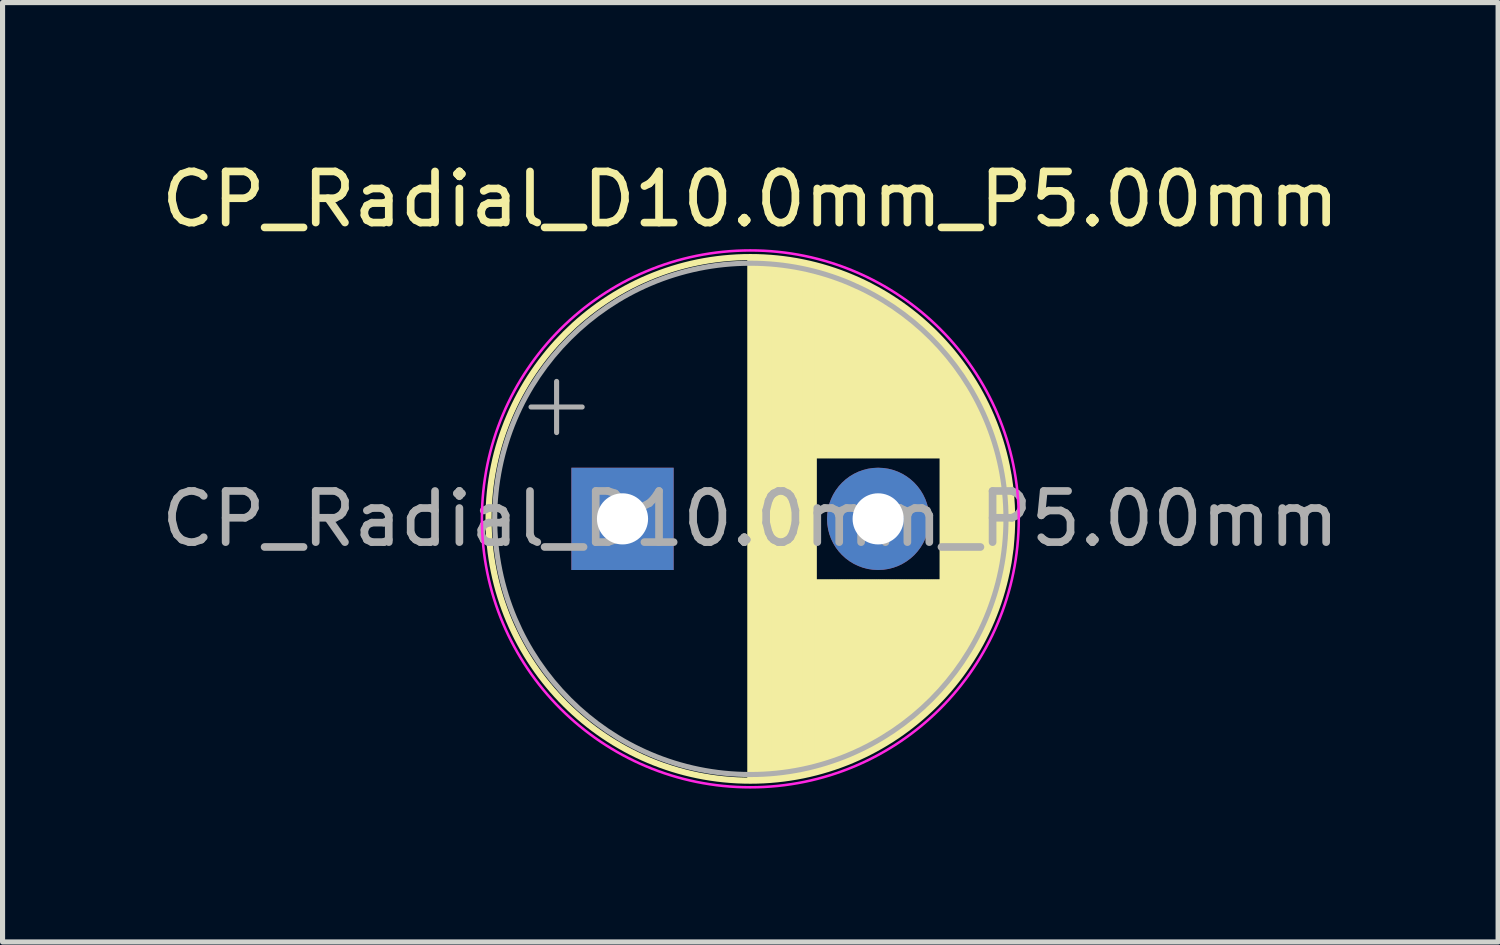
<source format=kicad_pcb>
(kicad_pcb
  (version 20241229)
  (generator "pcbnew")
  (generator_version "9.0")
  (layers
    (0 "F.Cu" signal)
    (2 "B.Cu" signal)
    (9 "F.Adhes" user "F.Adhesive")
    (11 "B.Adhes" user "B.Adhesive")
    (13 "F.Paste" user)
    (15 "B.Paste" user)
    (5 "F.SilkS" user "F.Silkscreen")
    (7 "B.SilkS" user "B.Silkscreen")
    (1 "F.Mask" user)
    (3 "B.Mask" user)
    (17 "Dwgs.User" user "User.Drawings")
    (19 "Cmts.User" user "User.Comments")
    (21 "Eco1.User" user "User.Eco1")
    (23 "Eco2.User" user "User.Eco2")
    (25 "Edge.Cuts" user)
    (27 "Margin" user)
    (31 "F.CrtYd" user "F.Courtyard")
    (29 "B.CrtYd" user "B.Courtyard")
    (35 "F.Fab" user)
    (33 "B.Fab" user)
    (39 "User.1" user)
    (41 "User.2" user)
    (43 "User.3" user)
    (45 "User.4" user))
  (footprint "CP_Radial_D10.0mm_P5.00mm"
    (layer "F.Cu")
    (at 9.125 7.098)
    (property "Reference" "CP_Radial_D10.0mm_P5.00mm" (at 2.5 -6.25 0) (layer "F.SilkS") (effects (font (size 1 1) (thickness 0.15))))
    (attr through_hole)
    (fp_line (start 2.5 -5.08) (end 2.5 5.08) (stroke (width 0.12) (type solid)) (layer "F.SilkS"))
    (fp_line (start 2.54 -5.08) (end 2.54 5.08) (stroke (width 0.12) (type solid)) (layer "F.SilkS"))
    (fp_line (start 2.58 -5.08) (end 2.58 5.08) (stroke (width 0.12) (type solid)) (layer "F.SilkS"))
    (fp_line (start 2.62 -5.079) (end 2.62 5.079) (stroke (width 0.12) (type solid)) (layer "F.SilkS"))
    (fp_line (start 2.66 -5.078) (end 2.66 5.078) (stroke (width 0.12) (type solid)) (layer "F.SilkS"))
    (fp_line (start 2.7 -5.077) (end 2.7 5.077) (stroke (width 0.12) (type solid)) (layer "F.SilkS"))
    (fp_line (start 2.74 -5.075) (end 2.74 5.075) (stroke (width 0.12) (type solid)) (layer "F.SilkS"))
    (fp_line (start 2.78 -5.073) (end 2.78 5.073) (stroke (width 0.12) (type solid)) (layer "F.SilkS"))
    (fp_line (start 2.82 -5.07) (end 2.82 5.07) (stroke (width 0.12) (type solid)) (layer "F.SilkS"))
    (fp_line (start 2.86 -5.068) (end 2.86 5.068) (stroke (width 0.12) (type solid)) (layer "F.SilkS"))
    (fp_line (start 2.9 -5.065) (end 2.9 5.065) (stroke (width 0.12) (type solid)) (layer "F.SilkS"))
    (fp_line (start 2.94 -5.062) (end 2.94 5.062) (stroke (width 0.12) (type solid)) (layer "F.SilkS"))
    (fp_line (start 2.98 -5.058) (end 2.98 5.058) (stroke (width 0.12) (type solid)) (layer "F.SilkS"))
    (fp_line (start 3.02 -5.054) (end 3.02 5.054) (stroke (width 0.12) (type solid)) (layer "F.SilkS"))
    (fp_line (start 3.06 -5.05) (end 3.06 5.05) (stroke (width 0.12) (type solid)) (layer "F.SilkS"))
    (fp_line (start 3.1 -5.045) (end 3.1 5.045) (stroke (width 0.12) (type solid)) (layer "F.SilkS"))
    (fp_line (start 3.14 -5.04) (end 3.14 5.04) (stroke (width 0.12) (type solid)) (layer "F.SilkS"))
    (fp_line (start 3.18 -5.035) (end 3.18 5.035) (stroke (width 0.12) (type solid)) (layer "F.SilkS"))
    (fp_line (start 3.221 -5.03) (end 3.221 5.03) (stroke (width 0.12) (type solid)) (layer "F.SilkS"))
    (fp_line (start 3.261 -5.024) (end 3.261 5.024) (stroke (width 0.12) (type solid)) (layer "F.SilkS"))
    (fp_line (start 3.301 -5.018) (end 3.301 5.018) (stroke (width 0.12) (type solid)) (layer "F.SilkS"))
    (fp_line (start 3.341 -5.011) (end 3.341 5.011) (stroke (width 0.12) (type solid)) (layer "F.SilkS"))
    (fp_line (start 3.381 -5.004) (end 3.381 5.004) (stroke (width 0.12) (type solid)) (layer "F.SilkS"))
    (fp_line (start 3.421 -4.997) (end 3.421 4.997) (stroke (width 0.12) (type solid)) (layer "F.SilkS"))
    (fp_line (start 3.461 -4.99) (end 3.461 4.99) (stroke (width 0.12) (type solid)) (layer "F.SilkS"))
    (fp_line (start 3.501 -4.982) (end 3.501 4.982) (stroke (width 0.12) (type solid)) (layer "F.SilkS"))
    (fp_line (start 3.541 -4.974) (end 3.541 4.974) (stroke (width 0.12) (type solid)) (layer "F.SilkS"))
    (fp_line (start 3.581 -4.965) (end 3.581 4.965) (stroke (width 0.12) (type solid)) (layer "F.SilkS"))
    (fp_line (start 3.621 -4.956) (end 3.621 4.956) (stroke (width 0.12) (type solid)) (layer "F.SilkS"))
    (fp_line (start 3.661 -4.947) (end 3.661 4.947) (stroke (width 0.12) (type solid)) (layer "F.SilkS"))
    (fp_line (start 3.701 -4.938) (end 3.701 4.938) (stroke (width 0.12) (type solid)) (layer "F.SilkS"))
    (fp_line (start 3.741 -4.928) (end 3.741 4.928) (stroke (width 0.12) (type solid)) (layer "F.SilkS"))
    (fp_line (start 3.781 -4.918) (end 3.781 -1.241) (stroke (width 0.12) (type solid)) (layer "F.SilkS"))
    (fp_line (start 3.781 1.241) (end 3.781 4.918) (stroke (width 0.12) (type solid)) (layer "F.SilkS"))
    (fp_line (start 3.821 -4.907) (end 3.821 -1.241) (stroke (width 0.12) (type solid)) (layer "F.SilkS"))
    (fp_line (start 3.821 1.241) (end 3.821 4.907) (stroke (width 0.12) (type solid)) (layer "F.SilkS"))
    (fp_line (start 3.861 -4.897) (end 3.861 -1.241) (stroke (width 0.12) (type solid)) (layer "F.SilkS"))
    (fp_line (start 3.861 1.241) (end 3.861 4.897) (stroke (width 0.12) (type solid)) (layer "F.SilkS"))
    (fp_line (start 3.901 -4.885) (end 3.901 -1.241) (stroke (width 0.12) (type solid)) (layer "F.SilkS"))
    (fp_line (start 3.901 1.241) (end 3.901 4.885) (stroke (width 0.12) (type solid)) (layer "F.SilkS"))
    (fp_line (start 3.941 -4.874) (end 3.941 -1.241) (stroke (width 0.12) (type solid)) (layer "F.SilkS"))
    (fp_line (start 3.941 1.241) (end 3.941 4.874) (stroke (width 0.12) (type solid)) (layer "F.SilkS"))
    (fp_line (start 3.981 -4.862) (end 3.981 -1.241) (stroke (width 0.12) (type solid)) (layer "F.SilkS"))
    (fp_line (start 3.981 1.241) (end 3.981 4.862) (stroke (width 0.12) (type solid)) (layer "F.SilkS"))
    (fp_line (start 4.021 -4.85) (end 4.021 -1.241) (stroke (width 0.12) (type solid)) (layer "F.SilkS"))
    (fp_line (start 4.021 1.241) (end 4.021 4.85) (stroke (width 0.12) (type solid)) (layer "F.SilkS"))
    (fp_line (start 4.061 -4.837) (end 4.061 -1.241) (stroke (width 0.12) (type solid)) (layer "F.SilkS"))
    (fp_line (start 4.061 1.241) (end 4.061 4.837) (stroke (width 0.12) (type solid)) (layer "F.SilkS"))
    (fp_line (start 4.101 -4.824) (end 4.101 -1.241) (stroke (width 0.12) (type solid)) (layer "F.SilkS"))
    (fp_line (start 4.101 1.241) (end 4.101 4.824) (stroke (width 0.12) (type solid)) (layer "F.SilkS"))
    (fp_line (start 4.141 -4.811) (end 4.141 -1.241) (stroke (width 0.12) (type solid)) (layer "F.SilkS"))
    (fp_line (start 4.141 1.241) (end 4.141 4.811) (stroke (width 0.12) (type solid)) (layer "F.SilkS"))
    (fp_line (start 4.181 -4.797) (end 4.181 -1.241) (stroke (width 0.12) (type solid)) (layer "F.SilkS"))
    (fp_line (start 4.181 1.241) (end 4.181 4.797) (stroke (width 0.12) (type solid)) (layer "F.SilkS"))
    (fp_line (start 4.221 -4.783) (end 4.221 -1.241) (stroke (width 0.12) (type solid)) (layer "F.SilkS"))
    (fp_line (start 4.221 1.241) (end 4.221 4.783) (stroke (width 0.12) (type solid)) (layer "F.SilkS"))
    (fp_line (start 4.261 -4.768) (end 4.261 -1.241) (stroke (width 0.12) (type solid)) (layer "F.SilkS"))
    (fp_line (start 4.261 1.241) (end 4.261 4.768) (stroke (width 0.12) (type solid)) (layer "F.SilkS"))
    (fp_line (start 4.301 -4.754) (end 4.301 -1.241) (stroke (width 0.12) (type solid)) (layer "F.SilkS"))
    (fp_line (start 4.301 1.241) (end 4.301 4.754) (stroke (width 0.12) (type solid)) (layer "F.SilkS"))
    (fp_line (start 4.341 -4.738) (end 4.341 -1.241) (stroke (width 0.12) (type solid)) (layer "F.SilkS"))
    (fp_line (start 4.341 1.241) (end 4.341 4.738) (stroke (width 0.12) (type solid)) (layer "F.SilkS"))
    (fp_line (start 4.381 -4.723) (end 4.381 -1.241) (stroke (width 0.12) (type solid)) (layer "F.SilkS"))
    (fp_line (start 4.381 1.241) (end 4.381 4.723) (stroke (width 0.12) (type solid)) (layer "F.SilkS"))
    (fp_line (start 4.421 -4.707) (end 4.421 -1.241) (stroke (width 0.12) (type solid)) (layer "F.SilkS"))
    (fp_line (start 4.421 1.241) (end 4.421 4.707) (stroke (width 0.12) (type solid)) (layer "F.SilkS"))
    (fp_line (start 4.461 -4.69) (end 4.461 -1.241) (stroke (width 0.12) (type solid)) (layer "F.SilkS"))
    (fp_line (start 4.461 1.241) (end 4.461 4.69) (stroke (width 0.12) (type solid)) (layer "F.SilkS"))
    (fp_line (start 4.501 -4.674) (end 4.501 -1.241) (stroke (width 0.12) (type solid)) (layer "F.SilkS"))
    (fp_line (start 4.501 1.241) (end 4.501 4.674) (stroke (width 0.12) (type solid)) (layer "F.SilkS"))
    (fp_line (start 4.541 -4.657) (end 4.541 -1.241) (stroke (width 0.12) (type solid)) (layer "F.SilkS"))
    (fp_line (start 4.541 1.241) (end 4.541 4.657) (stroke (width 0.12) (type solid)) (layer "F.SilkS"))
    (fp_line (start 4.581 -4.639) (end 4.581 -1.241) (stroke (width 0.12) (type solid)) (layer "F.SilkS"))
    (fp_line (start 4.581 1.241) (end 4.581 4.639) (stroke (width 0.12) (type solid)) (layer "F.SilkS"))
    (fp_line (start 4.621 -4.621) (end 4.621 -1.241) (stroke (width 0.12) (type solid)) (layer "F.SilkS"))
    (fp_line (start 4.621 1.241) (end 4.621 4.621) (stroke (width 0.12) (type solid)) (layer "F.SilkS"))
    (fp_line (start 4.661 -4.603) (end 4.661 -1.241) (stroke (width 0.12) (type solid)) (layer "F.SilkS"))
    (fp_line (start 4.661 1.241) (end 4.661 4.603) (stroke (width 0.12) (type solid)) (layer "F.SilkS"))
    (fp_line (start 4.701 -4.584) (end 4.701 -1.241) (stroke (width 0.12) (type solid)) (layer "F.SilkS"))
    (fp_line (start 4.701 1.241) (end 4.701 4.584) (stroke (width 0.12) (type solid)) (layer "F.SilkS"))
    (fp_line (start 4.741 -4.564) (end 4.741 -1.241) (stroke (width 0.12) (type solid)) (layer "F.SilkS"))
    (fp_line (start 4.741 1.241) (end 4.741 4.564) (stroke (width 0.12) (type solid)) (layer "F.SilkS"))
    (fp_line (start 4.781 -4.545) (end 4.781 -1.241) (stroke (width 0.12) (type solid)) (layer "F.SilkS"))
    (fp_line (start 4.781 1.241) (end 4.781 4.545) (stroke (width 0.12) (type solid)) (layer "F.SilkS"))
    (fp_line (start 4.821 -4.525) (end 4.821 -1.241) (stroke (width 0.12) (type solid)) (layer "F.SilkS"))
    (fp_line (start 4.821 1.241) (end 4.821 4.525) (stroke (width 0.12) (type solid)) (layer "F.SilkS"))
    (fp_line (start 4.861 -4.504) (end 4.861 -1.241) (stroke (width 0.12) (type solid)) (layer "F.SilkS"))
    (fp_line (start 4.861 1.241) (end 4.861 4.504) (stroke (width 0.12) (type solid)) (layer "F.SilkS"))
    (fp_line (start 4.901 -4.483) (end 4.901 -1.241) (stroke (width 0.12) (type solid)) (layer "F.SilkS"))
    (fp_line (start 4.901 1.241) (end 4.901 4.483) (stroke (width 0.12) (type solid)) (layer "F.SilkS"))
    (fp_line (start 4.941 -4.462) (end 4.941 -1.241) (stroke (width 0.12) (type solid)) (layer "F.SilkS"))
    (fp_line (start 4.941 1.241) (end 4.941 4.462) (stroke (width 0.12) (type solid)) (layer "F.SilkS"))
    (fp_line (start 4.981 -4.44) (end 4.981 -1.241) (stroke (width 0.12) (type solid)) (layer "F.SilkS"))
    (fp_line (start 4.981 1.241) (end 4.981 4.44) (stroke (width 0.12) (type solid)) (layer "F.SilkS"))
    (fp_line (start 5.021 -4.417) (end 5.021 -1.241) (stroke (width 0.12) (type solid)) (layer "F.SilkS"))
    (fp_line (start 5.021 1.241) (end 5.021 4.417) (stroke (width 0.12) (type solid)) (layer "F.SilkS"))
    (fp_line (start 5.061 -4.395) (end 5.061 -1.241) (stroke (width 0.12) (type solid)) (layer "F.SilkS"))
    (fp_line (start 5.061 1.241) (end 5.061 4.395) (stroke (width 0.12) (type solid)) (layer "F.SilkS"))
    (fp_line (start 5.101 -4.371) (end 5.101 -1.241) (stroke (width 0.12) (type solid)) (layer "F.SilkS"))
    (fp_line (start 5.101 1.241) (end 5.101 4.371) (stroke (width 0.12) (type solid)) (layer "F.SilkS"))
    (fp_line (start 5.141 -4.347) (end 5.141 -1.241) (stroke (width 0.12) (type solid)) (layer "F.SilkS"))
    (fp_line (start 5.141 1.241) (end 5.141 4.347) (stroke (width 0.12) (type solid)) (layer "F.SilkS"))
    (fp_line (start 5.181 -4.323) (end 5.181 -1.241) (stroke (width 0.12) (type solid)) (layer "F.SilkS"))
    (fp_line (start 5.181 1.241) (end 5.181 4.323) (stroke (width 0.12) (type solid)) (layer "F.SilkS"))
    (fp_line (start 5.221 -4.298) (end 5.221 -1.241) (stroke (width 0.12) (type solid)) (layer "F.SilkS"))
    (fp_line (start 5.221 1.241) (end 5.221 4.298) (stroke (width 0.12) (type solid)) (layer "F.SilkS"))
    (fp_line (start 5.261 -4.273) (end 5.261 -1.241) (stroke (width 0.12) (type solid)) (layer "F.SilkS"))
    (fp_line (start 5.261 1.241) (end 5.261 4.273) (stroke (width 0.12) (type solid)) (layer "F.SilkS"))
    (fp_line (start 5.301 -4.247) (end 5.301 -1.241) (stroke (width 0.12) (type solid)) (layer "F.SilkS"))
    (fp_line (start 5.301 1.241) (end 5.301 4.247) (stroke (width 0.12) (type solid)) (layer "F.SilkS"))
    (fp_line (start 5.341 -4.221) (end 5.341 -1.241) (stroke (width 0.12) (type solid)) (layer "F.SilkS"))
    (fp_line (start 5.341 1.241) (end 5.341 4.221) (stroke (width 0.12) (type solid)) (layer "F.SilkS"))
    (fp_line (start 5.381 -4.194) (end 5.381 -1.241) (stroke (width 0.12) (type solid)) (layer "F.SilkS"))
    (fp_line (start 5.381 1.241) (end 5.381 4.194) (stroke (width 0.12) (type solid)) (layer "F.SilkS"))
    (fp_line (start 5.421 -4.166) (end 5.421 -1.241) (stroke (width 0.12) (type solid)) (layer "F.SilkS"))
    (fp_line (start 5.421 1.241) (end 5.421 4.166) (stroke (width 0.12) (type solid)) (layer "F.SilkS"))
    (fp_line (start 5.461 -4.138) (end 5.461 -1.241) (stroke (width 0.12) (type solid)) (layer "F.SilkS"))
    (fp_line (start 5.461 1.241) (end 5.461 4.138) (stroke (width 0.12) (type solid)) (layer "F.SilkS"))
    (fp_line (start 5.501 -4.11) (end 5.501 -1.241) (stroke (width 0.12) (type solid)) (layer "F.SilkS"))
    (fp_line (start 5.501 1.241) (end 5.501 4.11) (stroke (width 0.12) (type solid)) (layer "F.SilkS"))
    (fp_line (start 5.541 -4.08) (end 5.541 -1.241) (stroke (width 0.12) (type solid)) (layer "F.SilkS"))
    (fp_line (start 5.541 1.241) (end 5.541 4.08) (stroke (width 0.12) (type solid)) (layer "F.SilkS"))
    (fp_line (start 5.581 -4.05) (end 5.581 -1.241) (stroke (width 0.12) (type solid)) (layer "F.SilkS"))
    (fp_line (start 5.581 1.241) (end 5.581 4.05) (stroke (width 0.12) (type solid)) (layer "F.SilkS"))
    (fp_line (start 5.621 -4.02) (end 5.621 -1.241) (stroke (width 0.12) (type solid)) (layer "F.SilkS"))
    (fp_line (start 5.621 1.241) (end 5.621 4.02) (stroke (width 0.12) (type solid)) (layer "F.SilkS"))
    (fp_line (start 5.661 -3.989) (end 5.661 -1.241) (stroke (width 0.12) (type solid)) (layer "F.SilkS"))
    (fp_line (start 5.661 1.241) (end 5.661 3.989) (stroke (width 0.12) (type solid)) (layer "F.SilkS"))
    (fp_line (start 5.701 -3.957) (end 5.701 -1.241) (stroke (width 0.12) (type solid)) (layer "F.SilkS"))
    (fp_line (start 5.701 1.241) (end 5.701 3.957) (stroke (width 0.12) (type solid)) (layer "F.SilkS"))
    (fp_line (start 5.741 -3.925) (end 5.741 -1.241) (stroke (width 0.12) (type solid)) (layer "F.SilkS"))
    (fp_line (start 5.741 1.241) (end 5.741 3.925) (stroke (width 0.12) (type solid)) (layer "F.SilkS"))
    (fp_line (start 5.781 -3.892) (end 5.781 -1.241) (stroke (width 0.12) (type solid)) (layer "F.SilkS"))
    (fp_line (start 5.781 1.241) (end 5.781 3.892) (stroke (width 0.12) (type solid)) (layer "F.SilkS"))
    (fp_line (start 5.821 -3.858) (end 5.821 -1.241) (stroke (width 0.12) (type solid)) (layer "F.SilkS"))
    (fp_line (start 5.821 1.241) (end 5.821 3.858) (stroke (width 0.12) (type solid)) (layer "F.SilkS"))
    (fp_line (start 5.861 -3.824) (end 5.861 -1.241) (stroke (width 0.12) (type solid)) (layer "F.SilkS"))
    (fp_line (start 5.861 1.241) (end 5.861 3.824) (stroke (width 0.12) (type solid)) (layer "F.SilkS"))
    (fp_line (start 5.901 -3.789) (end 5.901 -1.241) (stroke (width 0.12) (type solid)) (layer "F.SilkS"))
    (fp_line (start 5.901 1.241) (end 5.901 3.789) (stroke (width 0.12) (type solid)) (layer "F.SilkS"))
    (fp_line (start 5.941 -3.753) (end 5.941 -1.241) (stroke (width 0.12) (type solid)) (layer "F.SilkS"))
    (fp_line (start 5.941 1.241) (end 5.941 3.753) (stroke (width 0.12) (type solid)) (layer "F.SilkS"))
    (fp_line (start 5.981 -3.716) (end 5.981 -1.241) (stroke (width 0.12) (type solid)) (layer "F.SilkS"))
    (fp_line (start 5.981 1.241) (end 5.981 3.716) (stroke (width 0.12) (type solid)) (layer "F.SilkS"))
    (fp_line (start 6.021 -3.679) (end 6.021 -1.241) (stroke (width 0.12) (type solid)) (layer "F.SilkS"))
    (fp_line (start 6.021 1.241) (end 6.021 3.679) (stroke (width 0.12) (type solid)) (layer "F.SilkS"))
    (fp_line (start 6.061 -3.64) (end 6.061 -1.241) (stroke (width 0.12) (type solid)) (layer "F.SilkS"))
    (fp_line (start 6.061 1.241) (end 6.061 3.64) (stroke (width 0.12) (type solid)) (layer "F.SilkS"))
    (fp_line (start 6.101 -3.601) (end 6.101 -1.241) (stroke (width 0.12) (type solid)) (layer "F.SilkS"))
    (fp_line (start 6.101 1.241) (end 6.101 3.601) (stroke (width 0.12) (type solid)) (layer "F.SilkS"))
    (fp_line (start 6.141 -3.561) (end 6.141 -1.241) (stroke (width 0.12) (type solid)) (layer "F.SilkS"))
    (fp_line (start 6.141 1.241) (end 6.141 3.561) (stroke (width 0.12) (type solid)) (layer "F.SilkS"))
    (fp_line (start 6.181 -3.52) (end 6.181 -1.241) (stroke (width 0.12) (type solid)) (layer "F.SilkS"))
    (fp_line (start 6.181 1.241) (end 6.181 3.52) (stroke (width 0.12) (type solid)) (layer "F.SilkS"))
    (fp_line (start 6.221 -3.478) (end 6.221 -1.241) (stroke (width 0.12) (type solid)) (layer "F.SilkS"))
    (fp_line (start 6.221 1.241) (end 6.221 3.478) (stroke (width 0.12) (type solid)) (layer "F.SilkS"))
    (fp_line (start 6.261 -3.436) (end 6.261 3.436) (stroke (width 0.12) (type solid)) (layer "F.SilkS"))
    (fp_line (start 6.301 -3.392) (end 6.301 3.392) (stroke (width 0.12) (type solid)) (layer "F.SilkS"))
    (fp_line (start 6.341 -3.347) (end 6.341 3.347) (stroke (width 0.12) (type solid)) (layer "F.SilkS"))
    (fp_line (start 6.381 -3.301) (end 6.381 3.301) (stroke (width 0.12) (type solid)) (layer "F.SilkS"))
    (fp_line (start 6.421 -3.254) (end 6.421 3.254) (stroke (width 0.12) (type solid)) (layer "F.SilkS"))
    (fp_line (start 6.461 -3.206) (end 6.461 3.206) (stroke (width 0.12) (type solid)) (layer "F.SilkS"))
    (fp_line (start 6.501 -3.156) (end 6.501 3.156) (stroke (width 0.12) (type solid)) (layer "F.SilkS"))
    (fp_line (start 6.541 -3.106) (end 6.541 3.106) (stroke (width 0.12) (type solid)) (layer "F.SilkS"))
    (fp_line (start 6.581 -3.054) (end 6.581 3.054) (stroke (width 0.12) (type solid)) (layer "F.SilkS"))
    (fp_line (start 6.621 -3) (end 6.621 3) (stroke (width 0.12) (type solid)) (layer "F.SilkS"))
    (fp_line (start 6.661 -2.945) (end 6.661 2.945) (stroke (width 0.12) (type solid)) (layer "F.SilkS"))
    (fp_line (start 6.701 -2.889) (end 6.701 2.889) (stroke (width 0.12) (type solid)) (layer "F.SilkS"))
    (fp_line (start 6.741 -2.83) (end 6.741 2.83) (stroke (width 0.12) (type solid)) (layer "F.SilkS"))
    (fp_line (start 6.781 -2.77) (end 6.781 2.77) (stroke (width 0.12) (type solid)) (layer "F.SilkS"))
    (fp_line (start 6.821 -2.709) (end 6.821 2.709) (stroke (width 0.12) (type solid)) (layer "F.SilkS"))
    (fp_line (start 6.861 -2.645) (end 6.861 2.645) (stroke (width 0.12) (type solid)) (layer "F.SilkS"))
    (fp_line (start 6.901 -2.579) (end 6.901 2.579) (stroke (width 0.12) (type solid)) (layer "F.SilkS"))
    (fp_line (start 6.941 -2.51) (end 6.941 2.51) (stroke (width 0.12) (type solid)) (layer "F.SilkS"))
    (fp_line (start 6.981 -2.439) (end 6.981 2.439) (stroke (width 0.12) (type solid)) (layer "F.SilkS"))
    (fp_line (start 7.021 -2.365) (end 7.021 2.365) (stroke (width 0.12) (type solid)) (layer "F.SilkS"))
    (fp_line (start 7.061 -2.289) (end 7.061 2.289) (stroke (width 0.12) (type solid)) (layer "F.SilkS"))
    (fp_line (start 7.101 -2.209) (end 7.101 2.209) (stroke (width 0.12) (type solid)) (layer "F.SilkS"))
    (fp_line (start 7.141 -2.125) (end 7.141 2.125) (stroke (width 0.12) (type solid)) (layer "F.SilkS"))
    (fp_line (start 7.181 -2.037) (end 7.181 2.037) (stroke (width 0.12) (type solid)) (layer "F.SilkS"))
    (fp_line (start 7.221 -1.944) (end 7.221 1.944) (stroke (width 0.12) (type solid)) (layer "F.SilkS"))
    (fp_line (start 7.261 -1.846) (end 7.261 1.846) (stroke (width 0.12) (type solid)) (layer "F.SilkS"))
    (fp_line (start 7.301 -1.742) (end 7.301 1.742) (stroke (width 0.12) (type solid)) (layer "F.SilkS"))
    (fp_line (start 7.341 -1.63) (end 7.341 1.63) (stroke (width 0.12) (type solid)) (layer "F.SilkS"))
    (fp_line (start 7.381 -1.51) (end 7.381 1.51) (stroke (width 0.12) (type solid)) (layer "F.SilkS"))
    (fp_line (start 7.421 -1.378) (end 7.421 1.378) (stroke (width 0.12) (type solid)) (layer "F.SilkS"))
    (fp_line (start 7.461 -1.23) (end 7.461 1.23) (stroke (width 0.12) (type solid)) (layer "F.SilkS"))
    (fp_line (start 7.501 -1.062) (end 7.501 1.062) (stroke (width 0.12) (type solid)) (layer "F.SilkS"))
    (fp_line (start 7.541 -0.862) (end 7.541 0.862) (stroke (width 0.12) (type solid)) (layer "F.SilkS"))
    (fp_line (start 7.581 -0.599) (end 7.581 0.599) (stroke (width 0.12) (type solid)) (layer "F.SilkS"))
    (fp_circle (center 2.5 0) (end 7.62 0) (stroke (width 0.12) (type solid)) (fill no) (layer "F.SilkS"))
    (fp_circle (center 2.5 0) (end 7.75 0) (stroke (width 0.05) (type solid)) (fill no) (layer "F.CrtYd"))
    (fp_line (start -1.789 -2.188) (end -0.789 -2.188) (stroke (width 0.1) (type solid)) (layer "F.Fab"))
    (fp_line (start -1.289 -2.688) (end -1.289 -1.688) (stroke (width 0.1) (type solid)) (layer "F.Fab"))
    (fp_circle (center 2.5 0) (end 7.5 0) (stroke (width 0.1) (type solid)) (fill no) (layer "F.Fab"))
    (fp_text user "${REFERENCE}" (at 2.5 0 0) (layer "F.Fab") (effects (font (size 1 1) (thickness 0.15))))
    (pad "1" thru_hole rect (at 0 0) (size 2 2) (drill 1) (layers "*.Cu" "*.Mask"))
    (pad "2" thru_hole circle (at 5 0) (size 2 2) (drill 1) (layers "*.Cu" "*.Mask")))
  (gr_rect
    (start -3 -3)
    (end 26.25 15.373)
    (stroke (width 0.1) (type default))
    (fill no)
    (layer "Edge.Cuts")))
</source>
